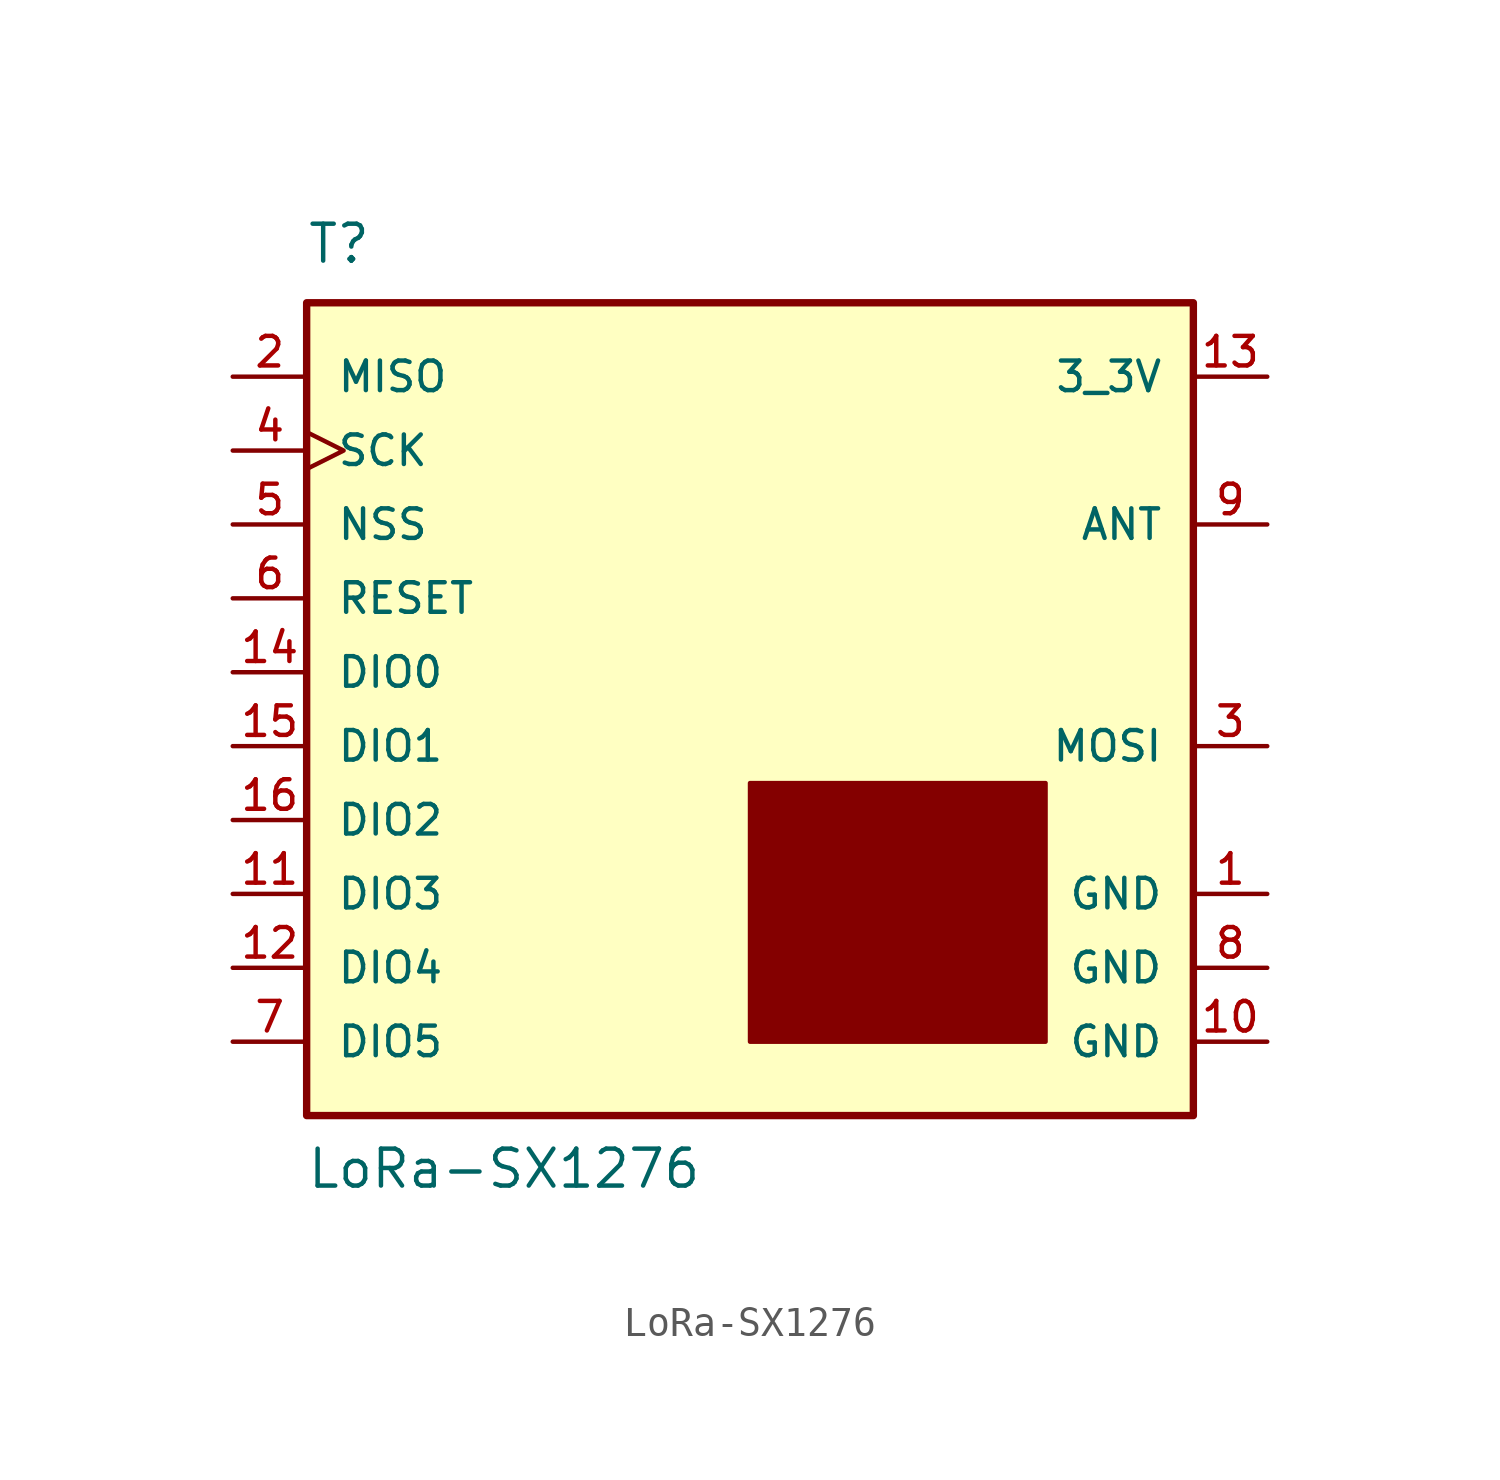
<source format=kicad_sym>
(kicad_symbol_lib
  (version 20220914)
  (generator kicad_symbol_editor)
  (symbol "LoRa-SX1276"
    (pin_names
      (offset 1.016))
    (property "Reference" "T"
      (at -15.256 13.985 0)
      (effects (font (size 1.27 1.27)) (justify left bottom)))
    (property "Value" "LoRa-SX1276"
      (at -15.265 -17.809 0)
      (effects (font (size 1.27 1.27)) (justify left bottom)))
    (symbol "LoRa-SX1276_0_0"
      (rectangle (start -15.24 12.7) (end 15.24 -15.24) (stroke (width 0.254) (type default)) (fill (type background)))
      (pin power_in line (at 17.78 -7.62 180) (length 2.54) (name "GND" (effects (font (size 1.016 1.016)))) (number "1" (effects (font (size 1.016 1.016)))))
      (pin bidirectional line (at -17.78 -7.62 0) (length 2.54) (name "DIO3" (effects (font (size 1.016 1.016)))) (number "11" (effects (font (size 1.016 1.016)))))
      (pin bidirectional line (at -17.78 -10.16 0) (length 2.54) (name "DIO4" (effects (font (size 1.016 1.016)))) (number "12" (effects (font (size 1.016 1.016)))))
      (pin power_in line (at 17.78 10.16 180) (length 2.54) (name "3_3V" (effects (font (size 1.016 1.016)))) (number "13" (effects (font (size 1.016 1.016)))))
      (pin bidirectional line (at -17.78 0 0) (length 2.54) (name "DIO0" (effects (font (size 1.016 1.016)))) (number "14" (effects (font (size 1.016 1.016)))))
      (pin bidirectional line (at -17.78 -2.54 0) (length 2.54) (name "DIO1" (effects (font (size 1.016 1.016)))) (number "15" (effects (font (size 1.016 1.016)))))
      (pin bidirectional line (at -17.78 -5.08 0) (length 2.54) (name "DIO2" (effects (font (size 1.016 1.016)))) (number "16" (effects (font (size 1.016 1.016)))))
      (pin input line (at -17.78 10.16 0) (length 2.54) (name "MISO" (effects (font (size 1.016 1.016)))) (number "2" (effects (font (size 1.016 1.016)))))
      (pin output line (at 17.78 -2.54 180) (length 2.54) (name "MOSI" (effects (font (size 1.016 1.016)))) (number "3" (effects (font (size 1.016 1.016)))))
      (pin input clock (at -17.78 7.62 0) (length 2.54) (name "SCK" (effects (font (size 1.016 1.016)))) (number "4" (effects (font (size 1.016 1.016)))))
      (pin input line (at -17.78 5.08 0) (length 2.54) (name "NSS" (effects (font (size 1.016 1.016)))) (number "5" (effects (font (size 1.016 1.016)))))
      (pin bidirectional line (at -17.78 2.54 0) (length 2.54) (name "RESET" (effects (font (size 1.016 1.016)))) (number "6" (effects (font (size 1.016 1.016)))))
      (pin bidirectional line (at -17.78 -12.7 0) (length 2.54) (name "DIO5" (effects (font (size 1.016 1.016)))) (number "7" (effects (font (size 1.016 1.016)))))
      (pin passive line (at 17.78 5.08 180) (length 2.54) (name "ANT" (effects (font (size 1.016 1.016)))) (number "9" (effects (font (size 1.016 1.016))))))
    (symbol "LoRa-SX1276_1_0"
      (pin power_in line (at 17.78 -12.7 180) (length 2.54) (name "GND" (effects (font (size 1.016 1.016)))) (number "10" (effects (font (size 1.016 1.016)))))
      (pin power_in line (at 17.78 -10.16 180) (length 2.54) (name "GND" (effects (font (size 1.016 1.016)))) (number "8" (effects (font (size 1.016 1.016))))))
    (symbol "LoRa-SX1276_1_1"
      (rectangle (start 0 -3.81) (end 10.16 -12.7) (stroke (width 0) (type default)) (fill (type outline))))))
</source>
